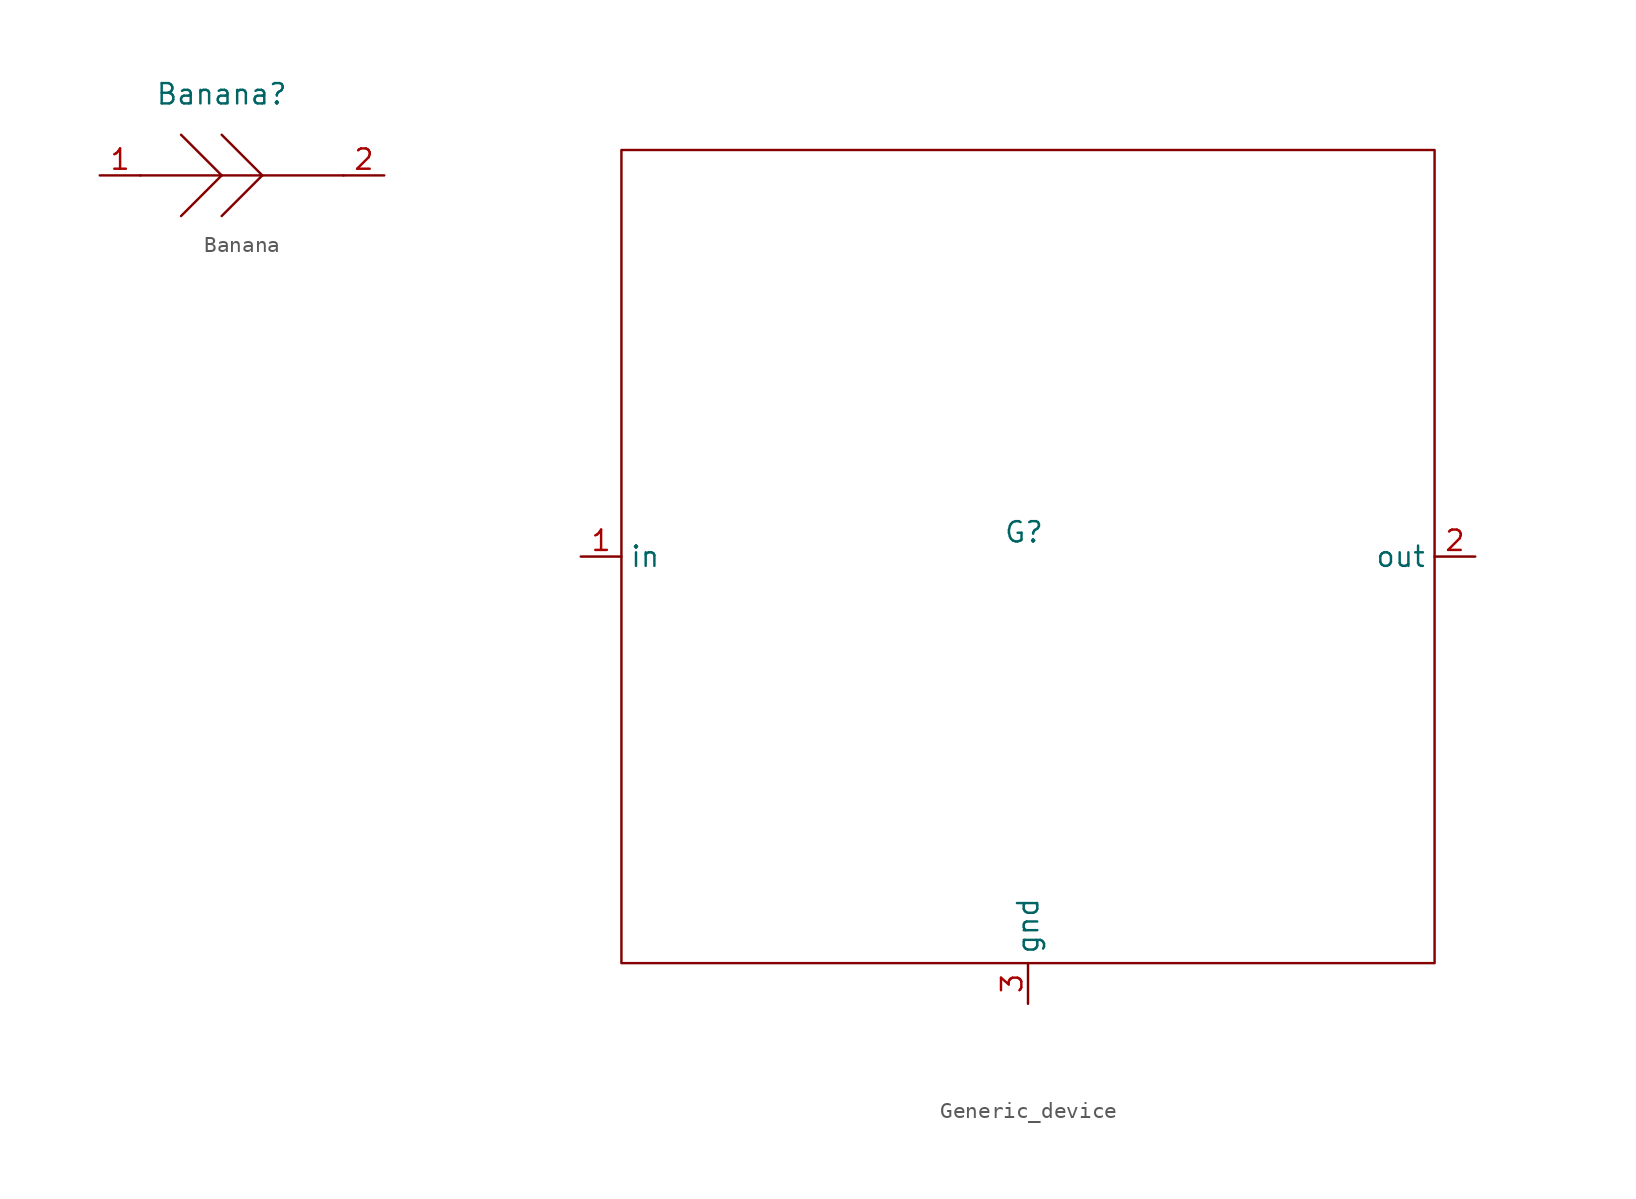
<source format=kicad_sym>
(kicad_symbol_lib
  (version 20241209)
  (generator "kicad_symbol_editor")
  (generator_version "9.0")
  (symbol "Banana"
    (property "Reference" "Banana"
      (at 0 0 0)
      (effects (font (size 1.27 1.27))))
    (property "Value" ""
      (at 0 0 0)
      (effects (font (size 1.27 1.27))))
    (symbol "Banana_0_1"
      (polyline (pts (xy -5.08 -5.08) (xy 7.62 -5.08)) (stroke (width 0) (type default)) (fill (type none)))
      (polyline (pts (xy 0 -5.08) (xy -2.54 -2.54)) (stroke (width 0) (type default)) (fill (type none)))
      (polyline (pts (xy 0 -5.08) (xy -2.54 -7.62)) (stroke (width 0) (type default)) (fill (type none)))
      (polyline (pts (xy 2.54 -5.08) (xy 0 -2.54)) (stroke (width 0) (type default)) (fill (type none)))
      (polyline (pts (xy 2.54 -5.08) (xy 0 -7.62)) (stroke (width 0) (type default)) (fill (type none))))
    (symbol "Banana_1_1"
      (pin bidirectional line (at -7.62 -5.08 0) (length 2.54) (name "" (effects (font (size 1.27 1.27)))) (number "1" (effects (font (size 1.27 1.27)))))
      (pin bidirectional line (at 10.16 -5.08 180) (length 2.54) (name "" (effects (font (size 1.27 1.27)))) (number "2" (effects (font (size 1.27 1.27)))))))
  (symbol "Generic_device"
    (property "Reference" "G"
      (at -0.254 1.524 0)
      (effects (font (size 1.27 1.27))))
    (property "Value" ""
      (at 0 0 0)
      (effects (font (size 1.27 1.27))))
    (symbol "Generic_device_0_1"
      (rectangle (start -25.4 25.4) (end 25.4 -25.4) (stroke (width 0) (type default)) (fill (type none))))
    (symbol "Generic_device_1_1"
      (pin input line (at -27.94 0 0) (length 2.54) (name "in" (effects (font (size 1.27 1.27)))) (number "1" (effects (font (size 1.27 1.27)))))
      (pin bidirectional line (at 0 -27.94 90) (length 2.54) (name "gnd" (effects (font (size 1.27 1.27)))) (number "3" (effects (font (size 1.27 1.27)))))
      (pin output line (at 27.94 0 180) (length 2.54) (name "out" (effects (font (size 1.27 1.27)))) (number "2" (effects (font (size 1.27 1.27))))))))
</source>
